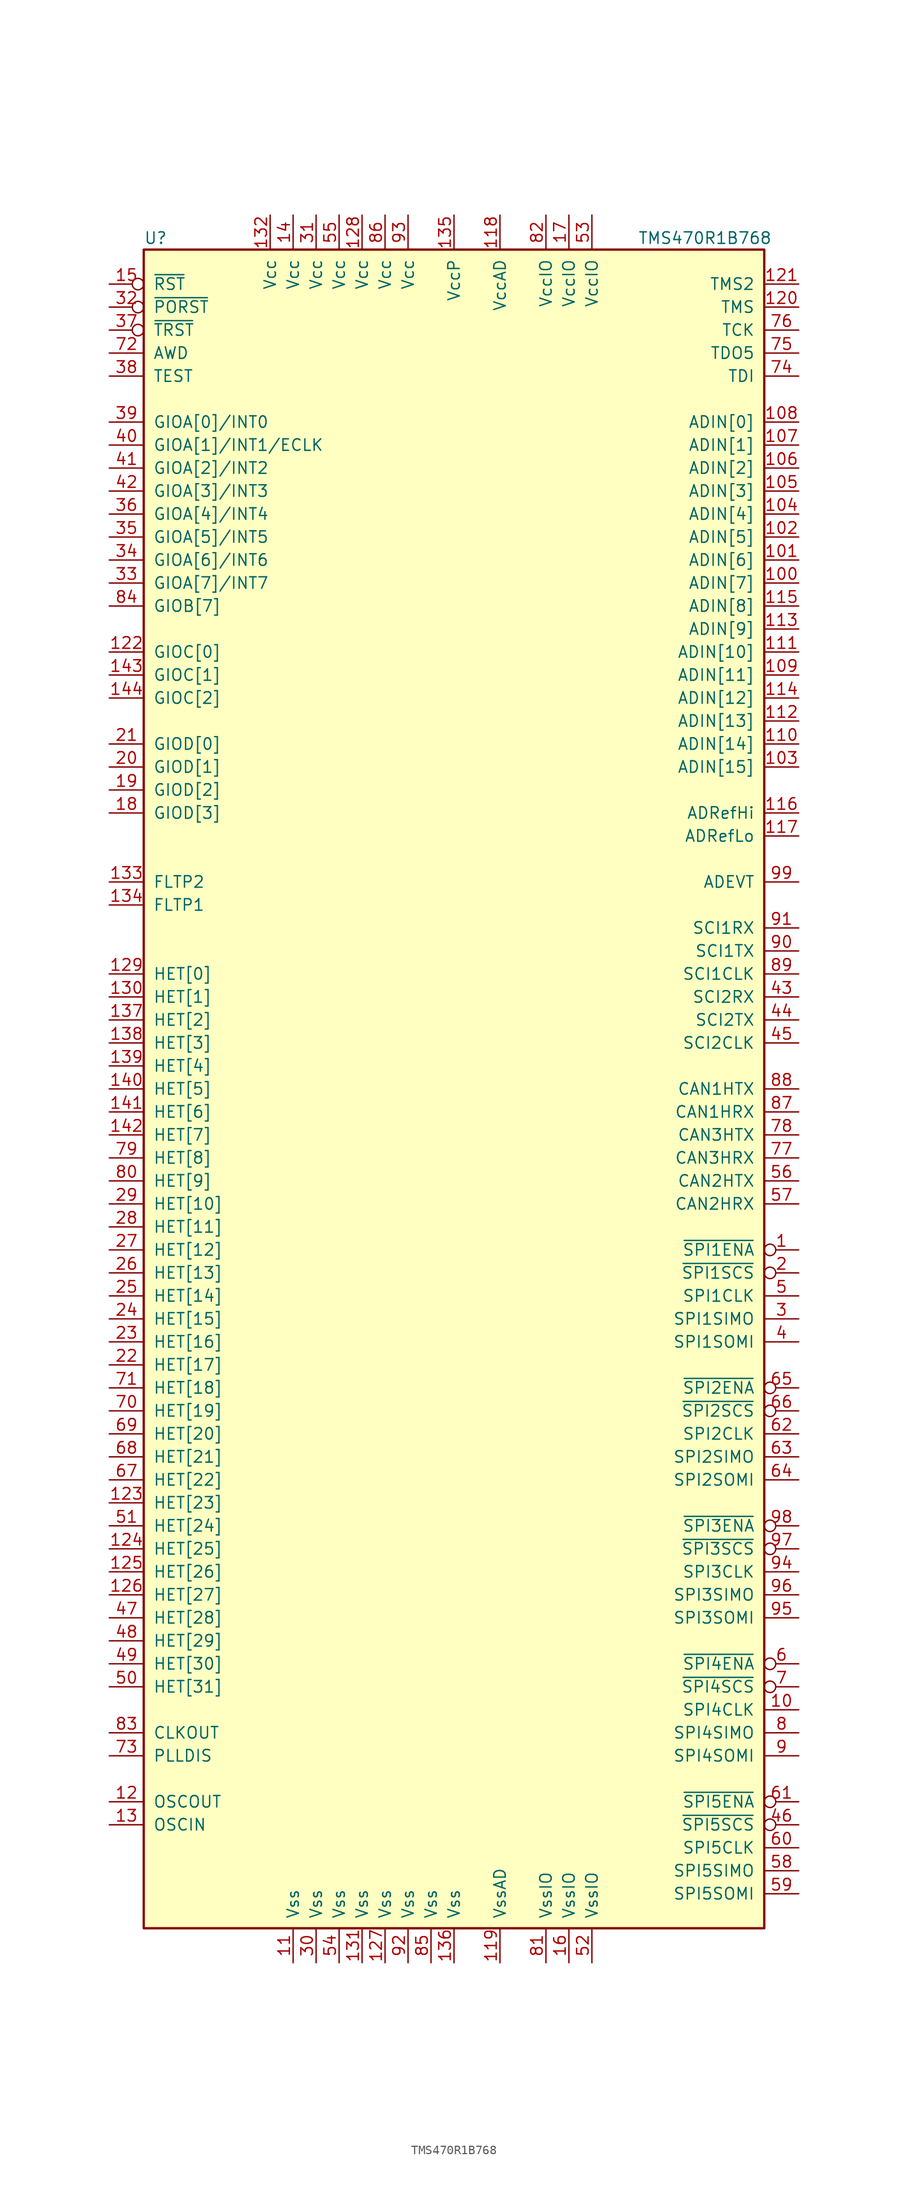
<source format=kicad_sym>
(kicad_symbol_lib
  (version 20201005)
  (generator kicad_symbol_editor)
  (symbol "TMS470R1B768"
    (pin_names
      (offset 1.016))
    (property "Reference" "U"
      (at -34.29 93.98 0)
      (effects (font (size 1.27 1.27)) (justify left)))
    (property "Value" "TMS470R1B768"
      (at 20.32 93.98 0)
      (effects (font (size 1.27 1.27)) (justify left)))
    (symbol "TMS470R1B768_0_1"
      (rectangle (start -34.29 92.71) (end 34.29 -92.71) (stroke (width 0.254)) (fill (type background))))
    (symbol "TMS470R1B768_1_1"
      (pin passive inverted (at 38.1 -17.78 180) (length 3.81) (name "~SPI1ENA~" (effects (font (size 1.27 1.27)))) (number "1" (effects (font (size 1.27 1.27)))))
      (pin passive inverted (at 38.1 -20.32 180) (length 3.81) (name "~SPI1SCS~" (effects (font (size 1.27 1.27)))) (number "2" (effects (font (size 1.27 1.27)))))
      (pin passive line (at 38.1 -25.4 180) (length 3.81) (name "SPI1SIMO" (effects (font (size 1.27 1.27)))) (number "3" (effects (font (size 1.27 1.27)))))
      (pin passive line (at 38.1 -27.94 180) (length 3.81) (name "SPI1SOMI" (effects (font (size 1.27 1.27)))) (number "4" (effects (font (size 1.27 1.27)))))
      (pin passive line (at 38.1 -22.86 180) (length 3.81) (name "SPI1CLK" (effects (font (size 1.27 1.27)))) (number "5" (effects (font (size 1.27 1.27)))))
      (pin passive inverted (at 38.1 -63.5 180) (length 3.81) (name "~SPI4ENA~" (effects (font (size 1.27 1.27)))) (number "6" (effects (font (size 1.27 1.27)))))
      (pin passive inverted (at 38.1 -66.04 180) (length 3.81) (name "~SPI4SCS~" (effects (font (size 1.27 1.27)))) (number "7" (effects (font (size 1.27 1.27)))))
      (pin passive line (at 38.1 -71.12 180) (length 3.81) (name "SPI4SIMO" (effects (font (size 1.27 1.27)))) (number "8" (effects (font (size 1.27 1.27)))))
      (pin passive line (at 38.1 -73.66 180) (length 3.81) (name "SPI4SOMI" (effects (font (size 1.27 1.27)))) (number "9" (effects (font (size 1.27 1.27)))))
      (pin passive line (at 38.1 -68.58 180) (length 3.81) (name "SPI4CLK" (effects (font (size 1.27 1.27)))) (number "10" (effects (font (size 1.27 1.27)))))
      (pin passive line (at -38.1 35.56 0) (length 3.81) (name "GIOD[1]" (effects (font (size 1.27 1.27)))) (number "20" (effects (font (size 1.27 1.27)))))
      (pin passive line (at -15.24 -96.52 90) (length 3.81) (name "Vss" (effects (font (size 1.27 1.27)))) (number "30" (effects (font (size 1.27 1.27)))))
      (pin passive line (at -38.1 71.12 0) (length 3.81) (name "GIOA[1]/INT1/ECLK" (effects (font (size 1.27 1.27)))) (number "40" (effects (font (size 1.27 1.27)))))
      (pin passive line (at -38.1 -66.04 0) (length 3.81) (name "HET[31]" (effects (font (size 1.27 1.27)))) (number "50" (effects (font (size 1.27 1.27)))))
      (pin passive line (at 38.1 -83.82 180) (length 3.81) (name "SPI5CLK" (effects (font (size 1.27 1.27)))) (number "60" (effects (font (size 1.27 1.27)))))
      (pin passive line (at -38.1 -35.56 0) (length 3.81) (name "HET[19]" (effects (font (size 1.27 1.27)))) (number "70" (effects (font (size 1.27 1.27)))))
      (pin passive line (at -38.1 -10.16 0) (length 3.81) (name "HET[9]" (effects (font (size 1.27 1.27)))) (number "80" (effects (font (size 1.27 1.27)))))
      (pin passive line (at 38.1 15.24 180) (length 3.81) (name "SCI1TX" (effects (font (size 1.27 1.27)))) (number "90" (effects (font (size 1.27 1.27)))))
      (pin power_in line (at -17.78 -96.52 90) (length 3.81) (name "Vss" (effects (font (size 1.27 1.27)))) (number "11" (effects (font (size 1.27 1.27)))))
      (pin passive line (at -38.1 38.1 0) (length 3.81) (name "GIOD[0]" (effects (font (size 1.27 1.27)))) (number "21" (effects (font (size 1.27 1.27)))))
      (pin passive line (at -15.24 96.52 270) (length 3.81) (name "Vcc" (effects (font (size 1.27 1.27)))) (number "31" (effects (font (size 1.27 1.27)))))
      (pin passive line (at -38.1 68.58 0) (length 3.81) (name "GIOA[2]/INT2" (effects (font (size 1.27 1.27)))) (number "41" (effects (font (size 1.27 1.27)))))
      (pin passive line (at -38.1 -48.26 0) (length 3.81) (name "HET[24]" (effects (font (size 1.27 1.27)))) (number "51" (effects (font (size 1.27 1.27)))))
      (pin passive inverted (at 38.1 -78.74 180) (length 3.81) (name "~SPI5ENA~" (effects (font (size 1.27 1.27)))) (number "61" (effects (font (size 1.27 1.27)))))
      (pin passive line (at -38.1 -33.02 0) (length 3.81) (name "HET[18]" (effects (font (size 1.27 1.27)))) (number "71" (effects (font (size 1.27 1.27)))))
      (pin passive line (at 10.16 -96.52 90) (length 3.81) (name "VssIO" (effects (font (size 1.27 1.27)))) (number "81" (effects (font (size 1.27 1.27)))))
      (pin passive line (at 38.1 17.78 180) (length 3.81) (name "SCI1RX" (effects (font (size 1.27 1.27)))) (number "91" (effects (font (size 1.27 1.27)))))
      (pin passive line (at -38.1 -78.74 0) (length 3.81) (name "OSCOUT" (effects (font (size 1.27 1.27)))) (number "12" (effects (font (size 1.27 1.27)))))
      (pin passive line (at -38.1 -30.48 0) (length 3.81) (name "HET[17]" (effects (font (size 1.27 1.27)))) (number "22" (effects (font (size 1.27 1.27)))))
      (pin input inverted (at -38.1 86.36 0) (length 3.81) (name "~PORST~" (effects (font (size 1.27 1.27)))) (number "32" (effects (font (size 1.27 1.27)))))
      (pin passive line (at -38.1 66.04 0) (length 3.81) (name "GIOA[3]/INT3" (effects (font (size 1.27 1.27)))) (number "42" (effects (font (size 1.27 1.27)))))
      (pin power_in line (at 15.24 -96.52 90) (length 3.81) (name "VssIO" (effects (font (size 1.27 1.27)))) (number "52" (effects (font (size 1.27 1.27)))))
      (pin passive line (at 38.1 -38.1 180) (length 3.81) (name "SPI2CLK" (effects (font (size 1.27 1.27)))) (number "62" (effects (font (size 1.27 1.27)))))
      (pin passive line (at -38.1 81.28 0) (length 3.81) (name "AWD" (effects (font (size 1.27 1.27)))) (number "72" (effects (font (size 1.27 1.27)))))
      (pin passive line (at 10.16 96.52 270) (length 3.81) (name "VccIO" (effects (font (size 1.27 1.27)))) (number "82" (effects (font (size 1.27 1.27)))))
      (pin passive line (at -5.08 -96.52 90) (length 3.81) (name "Vss" (effects (font (size 1.27 1.27)))) (number "92" (effects (font (size 1.27 1.27)))))
      (pin passive line (at -38.1 -81.28 0) (length 3.81) (name "OSCIN" (effects (font (size 1.27 1.27)))) (number "13" (effects (font (size 1.27 1.27)))))
      (pin passive line (at -38.1 -27.94 0) (length 3.81) (name "HET[16]" (effects (font (size 1.27 1.27)))) (number "23" (effects (font (size 1.27 1.27)))))
      (pin passive line (at -38.1 55.88 0) (length 3.81) (name "GIOA[7]/INT7" (effects (font (size 1.27 1.27)))) (number "33" (effects (font (size 1.27 1.27)))))
      (pin passive line (at 38.1 10.16 180) (length 3.81) (name "SCI2RX" (effects (font (size 1.27 1.27)))) (number "43" (effects (font (size 1.27 1.27)))))
      (pin power_in line (at 15.24 96.52 270) (length 3.81) (name "VccIO" (effects (font (size 1.27 1.27)))) (number "53" (effects (font (size 1.27 1.27)))))
      (pin passive line (at 38.1 -40.64 180) (length 3.81) (name "SPI2SIMO" (effects (font (size 1.27 1.27)))) (number "63" (effects (font (size 1.27 1.27)))))
      (pin passive line (at -38.1 -73.66 0) (length 3.81) (name "PLLDIS" (effects (font (size 1.27 1.27)))) (number "73" (effects (font (size 1.27 1.27)))))
      (pin passive line (at -38.1 -71.12 0) (length 3.81) (name "CLKOUT" (effects (font (size 1.27 1.27)))) (number "83" (effects (font (size 1.27 1.27)))))
      (pin passive line (at -5.08 96.52 270) (length 3.81) (name "Vcc" (effects (font (size 1.27 1.27)))) (number "93" (effects (font (size 1.27 1.27)))))
      (pin power_in line (at -17.78 96.52 270) (length 3.81) (name "Vcc" (effects (font (size 1.27 1.27)))) (number "14" (effects (font (size 1.27 1.27)))))
      (pin passive line (at -38.1 -25.4 0) (length 3.81) (name "HET[15]" (effects (font (size 1.27 1.27)))) (number "24" (effects (font (size 1.27 1.27)))))
      (pin passive line (at -38.1 58.42 0) (length 3.81) (name "GIOA[6]/INT6" (effects (font (size 1.27 1.27)))) (number "34" (effects (font (size 1.27 1.27)))))
      (pin passive line (at 38.1 7.62 180) (length 3.81) (name "SCI2TX" (effects (font (size 1.27 1.27)))) (number "44" (effects (font (size 1.27 1.27)))))
      (pin power_in line (at -12.7 -96.52 90) (length 3.81) (name "Vss" (effects (font (size 1.27 1.27)))) (number "54" (effects (font (size 1.27 1.27)))))
      (pin passive line (at 38.1 -43.18 180) (length 3.81) (name "SPI2SOMI" (effects (font (size 1.27 1.27)))) (number "64" (effects (font (size 1.27 1.27)))))
      (pin passive line (at 38.1 78.74 180) (length 3.81) (name "TDI" (effects (font (size 1.27 1.27)))) (number "74" (effects (font (size 1.27 1.27)))))
      (pin passive line (at -38.1 53.34 0) (length 3.81) (name "GIOB[7]" (effects (font (size 1.27 1.27)))) (number "84" (effects (font (size 1.27 1.27)))))
      (pin passive line (at 38.1 -53.34 180) (length 3.81) (name "SPI3CLK" (effects (font (size 1.27 1.27)))) (number "94" (effects (font (size 1.27 1.27)))))
      (pin input inverted (at -38.1 88.9 0) (length 3.81) (name "~RST~" (effects (font (size 1.27 1.27)))) (number "15" (effects (font (size 1.27 1.27)))))
      (pin passive line (at -38.1 -22.86 0) (length 3.81) (name "HET[14]" (effects (font (size 1.27 1.27)))) (number "25" (effects (font (size 1.27 1.27)))))
      (pin passive line (at -38.1 60.96 0) (length 3.81) (name "GIOA[5]/INT5" (effects (font (size 1.27 1.27)))) (number "35" (effects (font (size 1.27 1.27)))))
      (pin passive line (at 38.1 5.08 180) (length 3.81) (name "SCI2CLK" (effects (font (size 1.27 1.27)))) (number "45" (effects (font (size 1.27 1.27)))))
      (pin unspecified line (at -12.7 96.52 270) (length 3.81) (name "Vcc" (effects (font (size 1.27 1.27)))) (number "55" (effects (font (size 1.27 1.27)))))
      (pin passive inverted (at 38.1 -33.02 180) (length 3.81) (name "~SPI2ENA~" (effects (font (size 1.27 1.27)))) (number "65" (effects (font (size 1.27 1.27)))))
      (pin passive line (at 38.1 81.28 180) (length 3.81) (name "TDO5" (effects (font (size 1.27 1.27)))) (number "75" (effects (font (size 1.27 1.27)))))
      (pin passive line (at -2.54 -96.52 90) (length 3.81) (name "Vss" (effects (font (size 1.27 1.27)))) (number "85" (effects (font (size 1.27 1.27)))))
      (pin passive line (at 38.1 -58.42 180) (length 3.81) (name "SPI3SOMI" (effects (font (size 1.27 1.27)))) (number "95" (effects (font (size 1.27 1.27)))))
      (pin power_in line (at 12.7 -96.52 90) (length 3.81) (name "VssIO" (effects (font (size 1.27 1.27)))) (number "16" (effects (font (size 1.27 1.27)))))
      (pin passive line (at -38.1 -20.32 0) (length 3.81) (name "HET[13]" (effects (font (size 1.27 1.27)))) (number "26" (effects (font (size 1.27 1.27)))))
      (pin passive line (at -38.1 63.5 0) (length 3.81) (name "GIOA[4]/INT4" (effects (font (size 1.27 1.27)))) (number "36" (effects (font (size 1.27 1.27)))))
      (pin passive inverted (at 38.1 -81.28 180) (length 3.81) (name "~SPI5SCS~" (effects (font (size 1.27 1.27)))) (number "46" (effects (font (size 1.27 1.27)))))
      (pin passive line (at 38.1 -10.16 180) (length 3.81) (name "CAN2HTX" (effects (font (size 1.27 1.27)))) (number "56" (effects (font (size 1.27 1.27)))))
      (pin passive inverted (at 38.1 -35.56 180) (length 3.81) (name "~SPI2SCS~" (effects (font (size 1.27 1.27)))) (number "66" (effects (font (size 1.27 1.27)))))
      (pin passive line (at 38.1 83.82 180) (length 3.81) (name "TCK" (effects (font (size 1.27 1.27)))) (number "76" (effects (font (size 1.27 1.27)))))
      (pin passive line (at -7.62 96.52 270) (length 3.81) (name "Vcc" (effects (font (size 1.27 1.27)))) (number "86" (effects (font (size 1.27 1.27)))))
      (pin passive line (at 38.1 -55.88 180) (length 3.81) (name "SPI3SIMO" (effects (font (size 1.27 1.27)))) (number "96" (effects (font (size 1.27 1.27)))))
      (pin power_in line (at 12.7 96.52 270) (length 3.81) (name "VccIO" (effects (font (size 1.27 1.27)))) (number "17" (effects (font (size 1.27 1.27)))))
      (pin passive line (at -38.1 -17.78 0) (length 3.81) (name "HET[12]" (effects (font (size 1.27 1.27)))) (number "27" (effects (font (size 1.27 1.27)))))
      (pin input inverted (at -38.1 83.82 0) (length 3.81) (name "~TRST~" (effects (font (size 1.27 1.27)))) (number "37" (effects (font (size 1.27 1.27)))))
      (pin passive line (at -38.1 -58.42 0) (length 3.81) (name "HET[28]" (effects (font (size 1.27 1.27)))) (number "47" (effects (font (size 1.27 1.27)))))
      (pin passive line (at 38.1 -12.7 180) (length 3.81) (name "CAN2HRX" (effects (font (size 1.27 1.27)))) (number "57" (effects (font (size 1.27 1.27)))))
      (pin passive line (at -38.1 -43.18 0) (length 3.81) (name "HET[22]" (effects (font (size 1.27 1.27)))) (number "67" (effects (font (size 1.27 1.27)))))
      (pin passive line (at 38.1 -7.62 180) (length 3.81) (name "CAN3HRX" (effects (font (size 1.27 1.27)))) (number "77" (effects (font (size 1.27 1.27)))))
      (pin passive line (at 38.1 -2.54 180) (length 3.81) (name "CAN1HRX" (effects (font (size 1.27 1.27)))) (number "87" (effects (font (size 1.27 1.27)))))
      (pin passive inverted (at 38.1 -50.8 180) (length 3.81) (name "~SPI3SCS~" (effects (font (size 1.27 1.27)))) (number "97" (effects (font (size 1.27 1.27)))))
      (pin passive line (at -38.1 30.48 0) (length 3.81) (name "GIOD[3]" (effects (font (size 1.27 1.27)))) (number "18" (effects (font (size 1.27 1.27)))))
      (pin passive line (at -38.1 -15.24 0) (length 3.81) (name "HET[11]" (effects (font (size 1.27 1.27)))) (number "28" (effects (font (size 1.27 1.27)))))
      (pin passive line (at -38.1 78.74 0) (length 3.81) (name "TEST" (effects (font (size 1.27 1.27)))) (number "38" (effects (font (size 1.27 1.27)))))
      (pin passive line (at -38.1 -60.96 0) (length 3.81) (name "HET[29]" (effects (font (size 1.27 1.27)))) (number "48" (effects (font (size 1.27 1.27)))))
      (pin passive line (at 38.1 -86.36 180) (length 3.81) (name "SPI5SIMO" (effects (font (size 1.27 1.27)))) (number "58" (effects (font (size 1.27 1.27)))))
      (pin passive line (at -38.1 -40.64 0) (length 3.81) (name "HET[21]" (effects (font (size 1.27 1.27)))) (number "68" (effects (font (size 1.27 1.27)))))
      (pin passive line (at 38.1 -5.08 180) (length 3.81) (name "CAN3HTX" (effects (font (size 1.27 1.27)))) (number "78" (effects (font (size 1.27 1.27)))))
      (pin passive line (at 38.1 0 180) (length 3.81) (name "CAN1HTX" (effects (font (size 1.27 1.27)))) (number "88" (effects (font (size 1.27 1.27)))))
      (pin passive inverted (at 38.1 -48.26 180) (length 3.81) (name "~SPI3ENA~" (effects (font (size 1.27 1.27)))) (number "98" (effects (font (size 1.27 1.27)))))
      (pin passive line (at -38.1 33.02 0) (length 3.81) (name "GIOD[2]" (effects (font (size 1.27 1.27)))) (number "19" (effects (font (size 1.27 1.27)))))
      (pin passive line (at -38.1 -12.7 0) (length 3.81) (name "HET[10]" (effects (font (size 1.27 1.27)))) (number "29" (effects (font (size 1.27 1.27)))))
      (pin input line (at -38.1 73.66 0) (length 3.81) (name "GIOA[0]/INT0" (effects (font (size 1.27 1.27)))) (number "39" (effects (font (size 1.27 1.27)))))
      (pin passive line (at -38.1 -63.5 0) (length 3.81) (name "HET[30]" (effects (font (size 1.27 1.27)))) (number "49" (effects (font (size 1.27 1.27)))))
      (pin passive line (at 38.1 -88.9 180) (length 3.81) (name "SPI5SOMI" (effects (font (size 1.27 1.27)))) (number "59" (effects (font (size 1.27 1.27)))))
      (pin passive line (at -38.1 -38.1 0) (length 3.81) (name "HET[20]" (effects (font (size 1.27 1.27)))) (number "69" (effects (font (size 1.27 1.27)))))
      (pin passive line (at -38.1 -7.62 0) (length 3.81) (name "HET[8]" (effects (font (size 1.27 1.27)))) (number "79" (effects (font (size 1.27 1.27)))))
      (pin passive line (at 38.1 12.7 180) (length 3.81) (name "SCI1CLK" (effects (font (size 1.27 1.27)))) (number "89" (effects (font (size 1.27 1.27)))))
      (pin passive line (at 38.1 22.86 180) (length 3.81) (name "ADEVT" (effects (font (size 1.27 1.27)))) (number "99" (effects (font (size 1.27 1.27)))))
      (pin passive line (at 38.1 55.88 180) (length 3.81) (name "ADIN[7]" (effects (font (size 1.27 1.27)))) (number "100" (effects (font (size 1.27 1.27)))))
      (pin passive line (at 38.1 38.1 180) (length 3.81) (name "ADIN[14]" (effects (font (size 1.27 1.27)))) (number "110" (effects (font (size 1.27 1.27)))))
      (pin passive line (at 38.1 86.36 180) (length 3.81) (name "TMS" (effects (font (size 1.27 1.27)))) (number "120" (effects (font (size 1.27 1.27)))))
      (pin passive line (at -38.1 10.16 0) (length 3.81) (name "HET[1]" (effects (font (size 1.27 1.27)))) (number "130" (effects (font (size 1.27 1.27)))))
      (pin passive line (at -38.1 0 0) (length 3.81) (name "HET[5]" (effects (font (size 1.27 1.27)))) (number "140" (effects (font (size 1.27 1.27)))))
      (pin passive line (at 38.1 58.42 180) (length 3.81) (name "ADIN[6]" (effects (font (size 1.27 1.27)))) (number "101" (effects (font (size 1.27 1.27)))))
      (pin passive line (at 38.1 48.26 180) (length 3.81) (name "ADIN[10]" (effects (font (size 1.27 1.27)))) (number "111" (effects (font (size 1.27 1.27)))))
      (pin passive line (at 38.1 88.9 180) (length 3.81) (name "TMS2" (effects (font (size 1.27 1.27)))) (number "121" (effects (font (size 1.27 1.27)))))
      (pin passive line (at -10.16 -96.52 90) (length 3.81) (name "Vss" (effects (font (size 1.27 1.27)))) (number "131" (effects (font (size 1.27 1.27)))))
      (pin passive line (at -38.1 -2.54 0) (length 3.81) (name "HET[6]" (effects (font (size 1.27 1.27)))) (number "141" (effects (font (size 1.27 1.27)))))
      (pin passive line (at 38.1 60.96 180) (length 3.81) (name "ADIN[5]" (effects (font (size 1.27 1.27)))) (number "102" (effects (font (size 1.27 1.27)))))
      (pin passive line (at 38.1 40.64 180) (length 3.81) (name "ADIN[13]" (effects (font (size 1.27 1.27)))) (number "112" (effects (font (size 1.27 1.27)))))
      (pin passive line (at -38.1 48.26 0) (length 3.81) (name "GIOC[0]" (effects (font (size 1.27 1.27)))) (number "122" (effects (font (size 1.27 1.27)))))
      (pin passive line (at -20.32 96.52 270) (length 3.81) (name "Vcc" (effects (font (size 1.27 1.27)))) (number "132" (effects (font (size 1.27 1.27)))))
      (pin passive line (at -38.1 -5.08 0) (length 3.81) (name "HET[7]" (effects (font (size 1.27 1.27)))) (number "142" (effects (font (size 1.27 1.27)))))
      (pin passive line (at 38.1 35.56 180) (length 3.81) (name "ADIN[15]" (effects (font (size 1.27 1.27)))) (number "103" (effects (font (size 1.27 1.27)))))
      (pin passive line (at 38.1 50.8 180) (length 3.81) (name "ADIN[9]" (effects (font (size 1.27 1.27)))) (number "113" (effects (font (size 1.27 1.27)))))
      (pin passive line (at -38.1 -45.72 0) (length 3.81) (name "HET[23]" (effects (font (size 1.27 1.27)))) (number "123" (effects (font (size 1.27 1.27)))))
      (pin passive line (at -38.1 22.86 0) (length 3.81) (name "FLTP2" (effects (font (size 1.27 1.27)))) (number "133" (effects (font (size 1.27 1.27)))))
      (pin passive line (at -38.1 45.72 0) (length 3.81) (name "GIOC[1]" (effects (font (size 1.27 1.27)))) (number "143" (effects (font (size 1.27 1.27)))))
      (pin passive line (at 38.1 63.5 180) (length 3.81) (name "ADIN[4]" (effects (font (size 1.27 1.27)))) (number "104" (effects (font (size 1.27 1.27)))))
      (pin passive line (at 38.1 43.18 180) (length 3.81) (name "ADIN[12]" (effects (font (size 1.27 1.27)))) (number "114" (effects (font (size 1.27 1.27)))))
      (pin passive line (at -38.1 -50.8 0) (length 3.81) (name "HET[25]" (effects (font (size 1.27 1.27)))) (number "124" (effects (font (size 1.27 1.27)))))
      (pin passive line (at -38.1 20.32 0) (length 3.81) (name "FLTP1" (effects (font (size 1.27 1.27)))) (number "134" (effects (font (size 1.27 1.27)))))
      (pin passive line (at -38.1 43.18 0) (length 3.81) (name "GIOC[2]" (effects (font (size 1.27 1.27)))) (number "144" (effects (font (size 1.27 1.27)))))
      (pin passive line (at 38.1 66.04 180) (length 3.81) (name "ADIN[3]" (effects (font (size 1.27 1.27)))) (number "105" (effects (font (size 1.27 1.27)))))
      (pin passive line (at 38.1 53.34 180) (length 3.81) (name "ADIN[8]" (effects (font (size 1.27 1.27)))) (number "115" (effects (font (size 1.27 1.27)))))
      (pin passive line (at -38.1 -53.34 0) (length 3.81) (name "HET[26]" (effects (font (size 1.27 1.27)))) (number "125" (effects (font (size 1.27 1.27)))))
      (pin passive line (at 0 96.52 270) (length 3.81) (name "VccP" (effects (font (size 1.27 1.27)))) (number "135" (effects (font (size 1.27 1.27)))))
      (pin passive line (at 38.1 68.58 180) (length 3.81) (name "ADIN[2]" (effects (font (size 1.27 1.27)))) (number "106" (effects (font (size 1.27 1.27)))))
      (pin passive line (at 38.1 30.48 180) (length 3.81) (name "ADRefHi" (effects (font (size 1.27 1.27)))) (number "116" (effects (font (size 1.27 1.27)))))
      (pin passive line (at -38.1 -55.88 0) (length 3.81) (name "HET[27]" (effects (font (size 1.27 1.27)))) (number "126" (effects (font (size 1.27 1.27)))))
      (pin passive line (at 0 -96.52 90) (length 3.81) (name "Vss" (effects (font (size 1.27 1.27)))) (number "136" (effects (font (size 1.27 1.27)))))
      (pin passive line (at 38.1 71.12 180) (length 3.81) (name "ADIN[1]" (effects (font (size 1.27 1.27)))) (number "107" (effects (font (size 1.27 1.27)))))
      (pin passive line (at 38.1 27.94 180) (length 3.81) (name "ADRefLo" (effects (font (size 1.27 1.27)))) (number "117" (effects (font (size 1.27 1.27)))))
      (pin passive line (at -7.62 -96.52 90) (length 3.81) (name "Vss" (effects (font (size 1.27 1.27)))) (number "127" (effects (font (size 1.27 1.27)))))
      (pin passive line (at -38.1 7.62 0) (length 3.81) (name "HET[2]" (effects (font (size 1.27 1.27)))) (number "137" (effects (font (size 1.27 1.27)))))
      (pin passive line (at 38.1 73.66 180) (length 3.81) (name "ADIN[0]" (effects (font (size 1.27 1.27)))) (number "108" (effects (font (size 1.27 1.27)))))
      (pin passive line (at 5.08 96.52 270) (length 3.81) (name "VccAD" (effects (font (size 1.27 1.27)))) (number "118" (effects (font (size 1.27 1.27)))))
      (pin passive line (at -10.16 96.52 270) (length 3.81) (name "Vcc" (effects (font (size 1.27 1.27)))) (number "128" (effects (font (size 1.27 1.27)))))
      (pin passive line (at -38.1 5.08 0) (length 3.81) (name "HET[3]" (effects (font (size 1.27 1.27)))) (number "138" (effects (font (size 1.27 1.27)))))
      (pin passive line (at 38.1 45.72 180) (length 3.81) (name "ADIN[11]" (effects (font (size 1.27 1.27)))) (number "109" (effects (font (size 1.27 1.27)))))
      (pin passive line (at 5.08 -96.52 90) (length 3.81) (name "VssAD" (effects (font (size 1.27 1.27)))) (number "119" (effects (font (size 1.27 1.27)))))
      (pin passive line (at -38.1 12.7 0) (length 3.81) (name "HET[0]" (effects (font (size 1.27 1.27)))) (number "129" (effects (font (size 1.27 1.27)))))
      (pin passive line (at -38.1 2.54 0) (length 3.81) (name "HET[4]" (effects (font (size 1.27 1.27)))) (number "139" (effects (font (size 1.27 1.27))))))))
</source>
